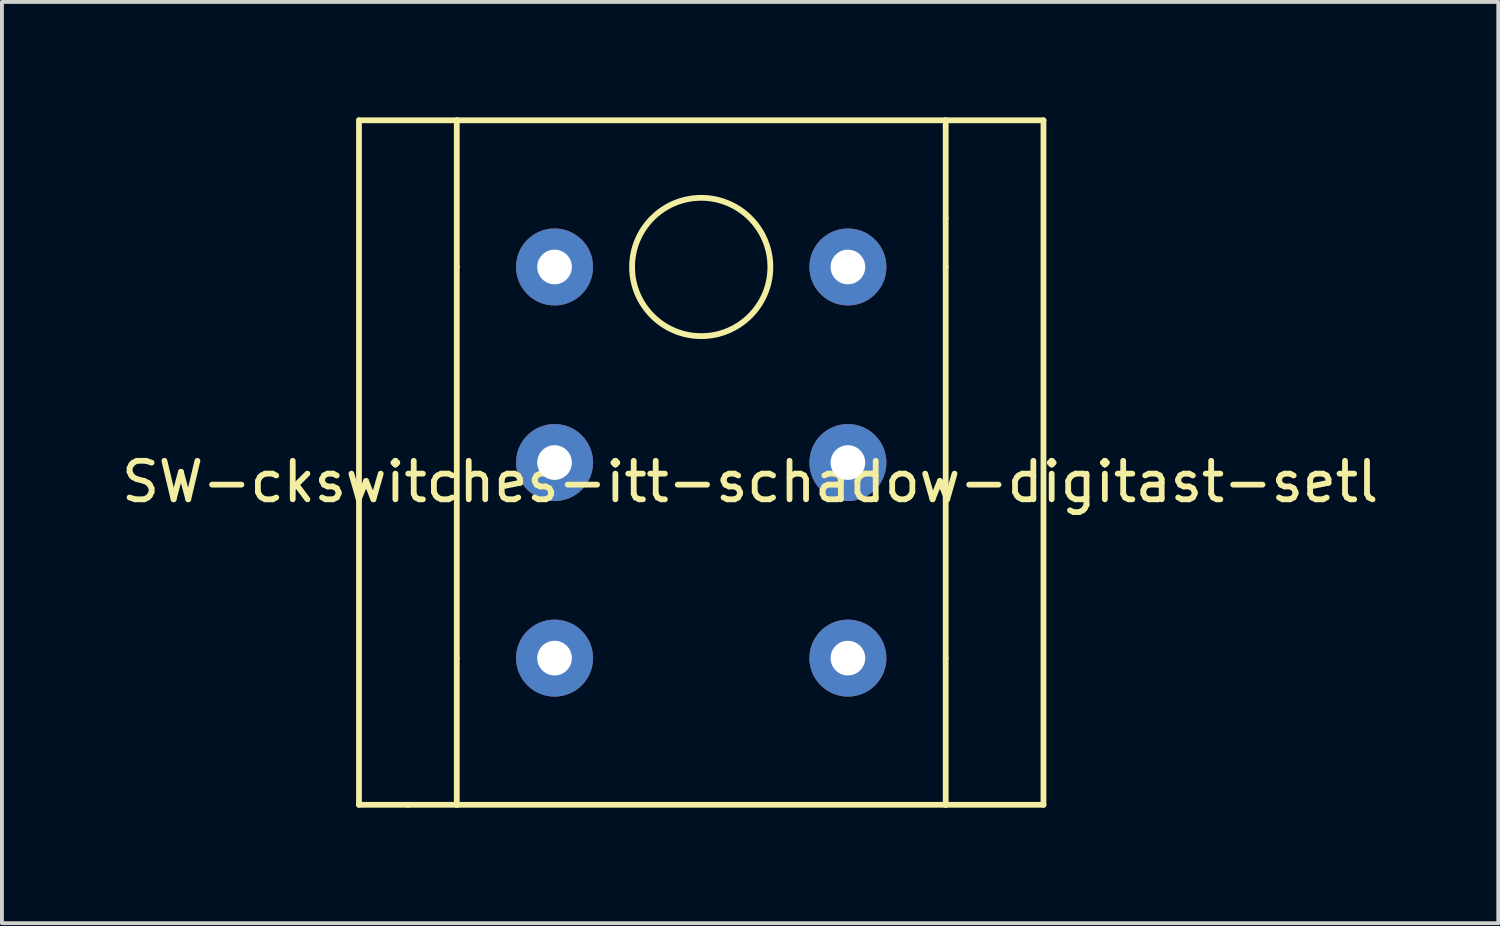
<source format=kicad_pcb>
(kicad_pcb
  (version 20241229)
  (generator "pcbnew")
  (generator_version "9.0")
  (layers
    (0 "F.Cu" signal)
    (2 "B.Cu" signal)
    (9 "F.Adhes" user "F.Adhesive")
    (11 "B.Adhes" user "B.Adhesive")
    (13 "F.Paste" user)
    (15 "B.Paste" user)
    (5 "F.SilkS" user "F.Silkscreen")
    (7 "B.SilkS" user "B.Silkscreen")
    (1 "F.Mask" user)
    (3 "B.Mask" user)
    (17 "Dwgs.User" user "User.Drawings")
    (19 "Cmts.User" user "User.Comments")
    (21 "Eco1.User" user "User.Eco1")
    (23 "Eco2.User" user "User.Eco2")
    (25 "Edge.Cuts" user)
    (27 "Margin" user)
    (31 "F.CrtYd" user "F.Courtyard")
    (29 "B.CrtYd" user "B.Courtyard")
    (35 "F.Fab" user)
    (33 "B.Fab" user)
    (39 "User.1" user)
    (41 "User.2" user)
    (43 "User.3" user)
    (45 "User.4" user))
  (footprint "SW-ckswitches-itt-schadow-digitast-setl"
    (layer "F.Cu")
    (at 15.165 8.965)
    (property "Reference" "SW-ckswitches-itt-schadow-digitast-setl" (at 1.27 0.5 0) (layer "F.SilkS") (effects (font (size 1 1) (thickness 0.15))))
    (attr through_hole)
    (fp_line (start -8.89 -8.89) (end -6.35 -8.89) (stroke (width 0.15) (type solid)) (layer "F.SilkS"))
    (fp_line (start -8.89 8.89) (end -8.89 -8.89) (stroke (width 0.15) (type solid)) (layer "F.SilkS"))
    (fp_line (start -7.62 8.89) (end -8.89 8.89) (stroke (width 0.15) (type solid)) (layer "F.SilkS"))
    (fp_line (start -6.35 -8.89) (end -6.35 -5.08) (stroke (width 0.15) (type solid)) (layer "F.SilkS"))
    (fp_line (start -6.35 -8.89) (end 6.35 -8.89) (stroke (width 0.15) (type solid)) (layer "F.SilkS"))
    (fp_line (start -6.35 5.08) (end -6.35 -5.08) (stroke (width 0.15) (type solid)) (layer "F.SilkS"))
    (fp_line (start -6.35 5.08) (end -6.35 8.89) (stroke (width 0.15) (type solid)) (layer "F.SilkS"))
    (fp_line (start -6.35 8.89) (end -7.62 8.89) (stroke (width 0.15) (type solid)) (layer "F.SilkS"))
    (fp_line (start -6.35 8.89) (end 6.35 8.89) (stroke (width 0.15) (type solid)) (layer "F.SilkS"))
    (fp_line (start 6.35 -8.89) (end 6.35 -6.35) (stroke (width 0.15) (type solid)) (layer "F.SilkS"))
    (fp_line (start 6.35 -8.89) (end 8.89 -8.89) (stroke (width 0.15) (type solid)) (layer "F.SilkS"))
    (fp_line (start 6.35 -6.35) (end 6.35 -5.08) (stroke (width 0.15) (type solid)) (layer "F.SilkS"))
    (fp_line (start 6.35 -5.08) (end 6.35 5.08) (stroke (width 0.15) (type solid)) (layer "F.SilkS"))
    (fp_line (start 6.35 8.89) (end 6.35 5.08) (stroke (width 0.15) (type solid)) (layer "F.SilkS"))
    (fp_line (start 8.89 -8.89) (end 8.89 8.89) (stroke (width 0.15) (type solid)) (layer "F.SilkS"))
    (fp_line (start 8.89 8.89) (end 6.35 8.89) (stroke (width 0.15) (type solid)) (layer "F.SilkS"))
    (fp_circle (center 0 -5.08) (end 1.27 -6.35) (stroke (width 0.15) (type solid)) (fill no) (layer "F.SilkS"))
    (pad "1" thru_hole circle (at -3.81 0) (size 2 2) (drill 0.9) (layers "*.Cu" "*.Mask"))
    (pad "1" thru_hole circle (at 3.81 0) (size 2 2) (drill 0.9) (layers "*.Cu" "*.Mask"))
    (pad "2" thru_hole circle (at -3.81 5.08) (size 2 2) (drill 0.9) (layers "*.Cu" "*.Mask"))
    (pad "2" thru_hole circle (at 3.81 5.08) (size 2 2) (drill 0.9) (layers "*.Cu" "*.Mask"))
    (pad "3" thru_hole circle (at 3.81 -5.08) (size 2 2) (drill 0.9) (layers "*.Cu" "*.Mask"))
    (pad "4" thru_hole circle (at -3.81 -5.08) (size 2 2) (drill 0.9) (layers "*.Cu" "*.Mask")))
  (gr_rect
    (start -3 -3)
    (end 35.869 20.93)
    (stroke (width 0.1) (type default))
    (fill no)
    (layer "Edge.Cuts")))
</source>
